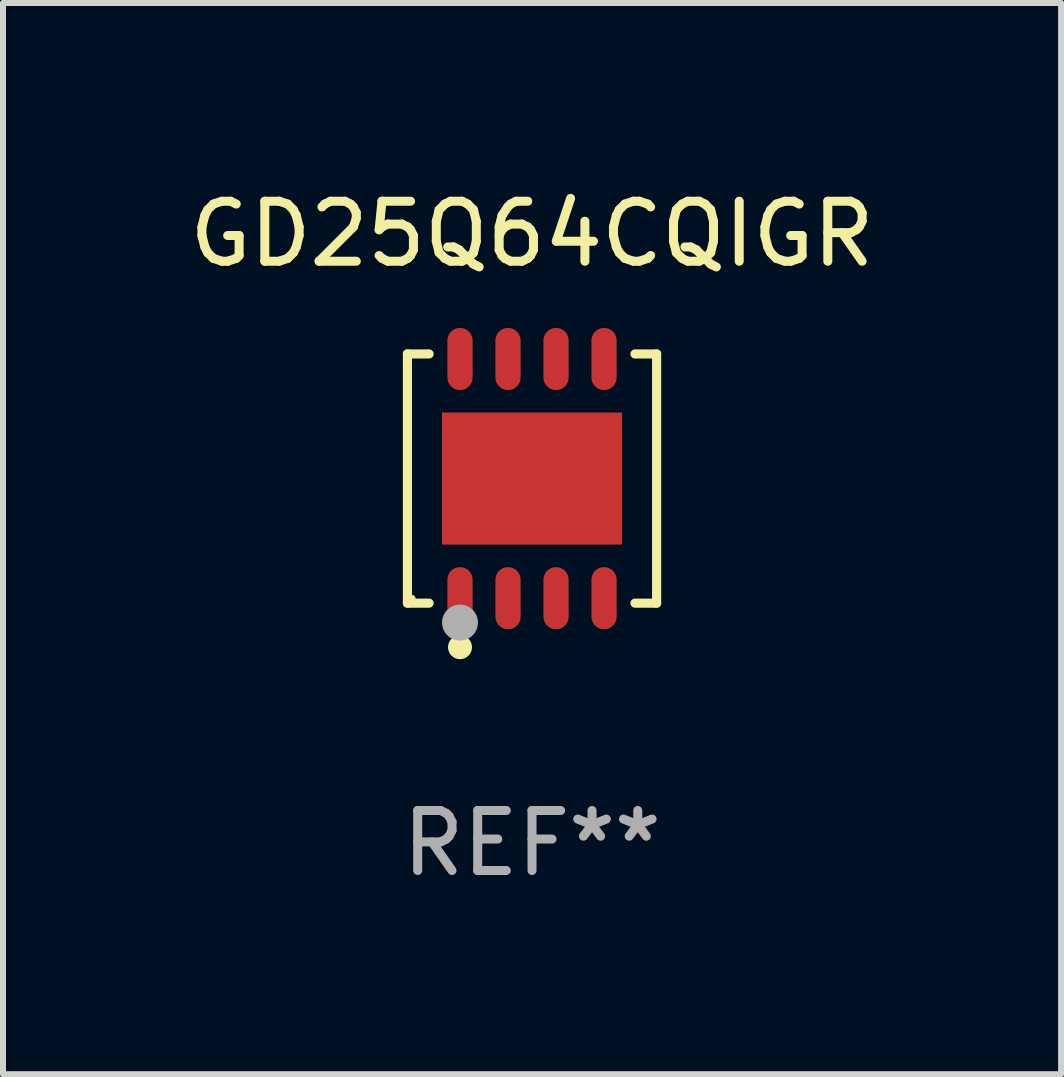
<source format=kicad_pcb>
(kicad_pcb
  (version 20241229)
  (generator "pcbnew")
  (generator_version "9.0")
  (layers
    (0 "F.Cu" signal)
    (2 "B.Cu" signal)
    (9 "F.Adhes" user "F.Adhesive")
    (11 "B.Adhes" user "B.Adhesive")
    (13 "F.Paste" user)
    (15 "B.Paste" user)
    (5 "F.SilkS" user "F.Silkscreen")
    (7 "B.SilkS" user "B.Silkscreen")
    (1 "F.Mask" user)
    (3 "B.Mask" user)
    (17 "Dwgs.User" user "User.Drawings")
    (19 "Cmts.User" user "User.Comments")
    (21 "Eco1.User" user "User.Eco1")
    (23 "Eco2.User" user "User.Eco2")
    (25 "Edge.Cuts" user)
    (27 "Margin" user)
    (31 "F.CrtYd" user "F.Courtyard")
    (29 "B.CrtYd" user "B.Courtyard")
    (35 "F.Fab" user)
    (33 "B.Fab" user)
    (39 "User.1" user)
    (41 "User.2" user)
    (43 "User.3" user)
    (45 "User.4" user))
  (footprint "GD25Q64CQIGR"
    (layer "F.Cu")
    (at 5.815 4.924)
    (property "Reference" "GD25Q64CQIGR" (at 0 -4.076 0) (layer "F.SilkS") (effects (font (size 1 1) (thickness 0.15))))
    (attr through_hole)
    (fp_line (start -2.076 -2.076) (end -1.715 -2.076) (stroke (width 0.152) (type solid)) (layer "F.SilkS"))
    (fp_line (start -2.076 2.076) (end -2.076 -2.076) (stroke (width 0.152) (type solid)) (layer "F.SilkS"))
    (fp_line (start -2.076 2.076) (end -1.715 2.076) (stroke (width 0.152) (type solid)) (layer "F.SilkS"))
    (fp_line (start 2.076 -2.076) (end 1.715 -2.076) (stroke (width 0.152) (type solid)) (layer "F.SilkS"))
    (fp_line (start 2.076 -2.076) (end 2.076 2.076) (stroke (width 0.152) (type solid)) (layer "F.SilkS"))
    (fp_line (start 2.076 2.076) (end 1.715 2.076) (stroke (width 0.152) (type solid)) (layer "F.SilkS"))
    (fp_circle (center -2 2) (end -1.97 2) (stroke (width 0.06) (type solid)) (fill no) (layer "F.SilkS"))
    (fp_circle (center -1.2 2.81) (end -1.1 2.81) (stroke (width 0.2) (type solid)) (fill no) (layer "F.SilkS"))
    (fp_circle (center -1.2 2.4) (end -1.05 2.4) (stroke (width 0.3) (type solid)) (fill no) (layer "F.Fab"))
    (fp_text user "REF**" (at 0 6.076 0) (layer "F.Fab") (effects (font (size 1 1) (thickness 0.15))))
    (pad "1" smd oval (at -1.2 1.993) (size 0.42 1.035) (layers "F.Cu" "F.Mask" "F.Paste"))
    (pad "2" smd oval (at -0.4 1.993) (size 0.42 1.035) (layers "F.Cu" "F.Mask" "F.Paste"))
    (pad "3" smd oval (at 0.4 1.993) (size 0.42 1.035) (layers "F.Cu" "F.Mask" "F.Paste"))
    (pad "4" smd oval (at 1.2 1.993) (size 0.42 1.035) (layers "F.Cu" "F.Mask" "F.Paste"))
    (pad "5" smd oval (at 1.2 -1.992) (size 0.42 1.035) (layers "F.Cu" "F.Mask" "F.Paste"))
    (pad "6" smd oval (at 0.4 -1.992) (size 0.42 1.035) (layers "F.Cu" "F.Mask" "F.Paste"))
    (pad "7" smd oval (at -0.4 -1.992) (size 0.42 1.035) (layers "F.Cu" "F.Mask" "F.Paste"))
    (pad "8" smd oval (at -1.2 -1.992) (size 0.42 1.035) (layers "F.Cu" "F.Mask" "F.Paste"))
    (pad "9" smd rect (at 0 0) (size 3 2.2) (layers "F.Cu" "F.Mask" "F.Paste")))
  (gr_rect
    (start -3 -3)
    (end 14.631 14.849)
    (stroke (width 0.1) (type default))
    (fill no)
    (layer "Edge.Cuts")))
</source>
